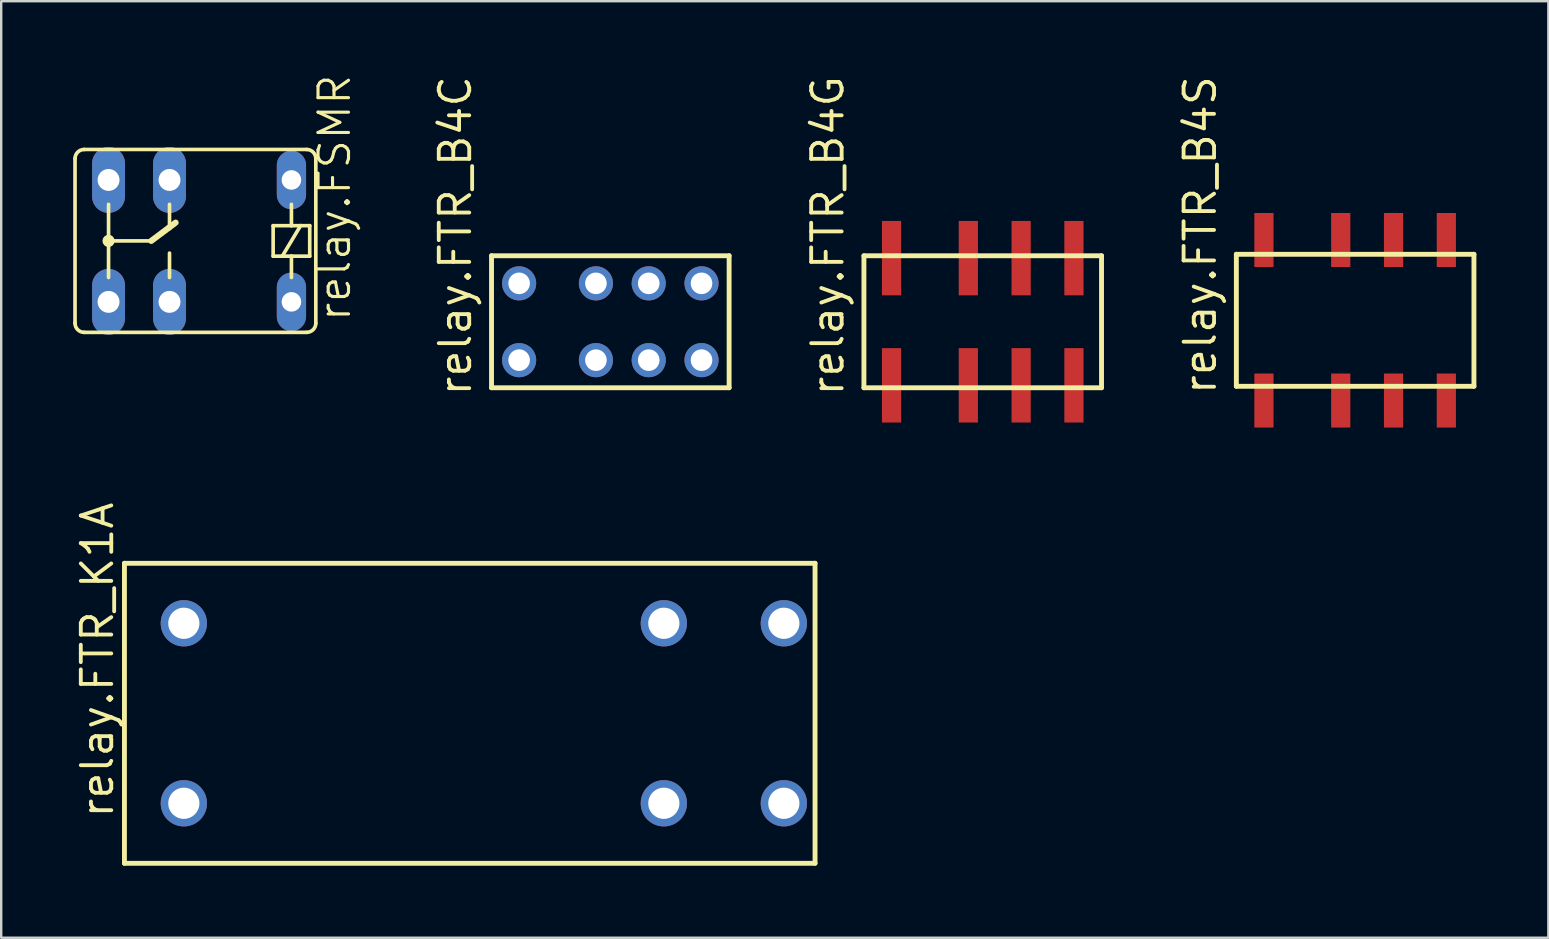
<source format=kicad_pcb>
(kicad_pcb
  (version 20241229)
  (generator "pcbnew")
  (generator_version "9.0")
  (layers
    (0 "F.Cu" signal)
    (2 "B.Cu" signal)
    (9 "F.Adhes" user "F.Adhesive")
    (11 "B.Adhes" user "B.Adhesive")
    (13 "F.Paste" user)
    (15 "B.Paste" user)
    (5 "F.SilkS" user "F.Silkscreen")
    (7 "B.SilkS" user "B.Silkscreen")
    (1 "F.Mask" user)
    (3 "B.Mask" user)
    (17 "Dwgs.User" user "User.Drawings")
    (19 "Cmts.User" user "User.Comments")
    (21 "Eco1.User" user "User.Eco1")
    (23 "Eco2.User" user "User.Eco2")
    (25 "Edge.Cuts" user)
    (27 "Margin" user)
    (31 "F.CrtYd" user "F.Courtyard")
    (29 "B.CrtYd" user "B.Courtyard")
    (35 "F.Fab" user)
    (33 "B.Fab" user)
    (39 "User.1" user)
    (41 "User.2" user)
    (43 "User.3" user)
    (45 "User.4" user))
  (footprint "relay.FTR_B4S"
    (layer "F.Cu")
    (at 53.414 10.295)
    (property "Reference" "relay.FTR_B4S" (at -5.715 3.175 90) (layer "F.SilkS") (effects (font (size 1.27 1.27) (thickness 0.16)) (justify left bottom)))
    (attr smd)
    (fp_line (start -4.95 -2.75) (end 4.95 -2.75) (stroke (width 0.203) (type default)) (layer "F.SilkS"))
    (fp_line (start -4.95 2.75) (end -4.95 -2.75) (stroke (width 0.203) (type default)) (layer "F.SilkS"))
    (fp_line (start 4.95 -2.75) (end 4.95 2.75) (stroke (width 0.203) (type default)) (layer "F.SilkS"))
    (fp_line (start 4.95 2.75) (end -4.95 2.75) (stroke (width 0.203) (type default)) (layer "F.SilkS"))
    (pad "1" smd roundrect (at -3.8 3.345) (size 0.8 2.25) (layers "F.Cu" "F.Mask" "F.Paste") (roundrect_rratio 0.01))
    (pad "2" smd roundrect (at -0.6 3.345) (size 0.8 2.25) (layers "F.Cu" "F.Mask" "F.Paste") (roundrect_rratio 0.01))
    (pad "3" smd roundrect (at 1.6 3.345) (size 0.8 2.25) (layers "F.Cu" "F.Mask" "F.Paste") (roundrect_rratio 0.01))
    (pad "4" smd roundrect (at 3.8 3.345) (size 0.8 2.25) (layers "F.Cu" "F.Mask" "F.Paste") (roundrect_rratio 0.01))
    (pad "5" smd roundrect (at 3.8 -3.345) (size 0.8 2.25) (layers "F.Cu" "F.Mask" "F.Paste") (roundrect_rratio 0.01))
    (pad "6" smd roundrect (at 1.6 -3.345) (size 0.8 2.25) (layers "F.Cu" "F.Mask" "F.Paste") (roundrect_rratio 0.01))
    (pad "7" smd roundrect (at -0.6 -3.345) (size 0.8 2.25) (layers "F.Cu" "F.Mask" "F.Paste") (roundrect_rratio 0.01))
    (pad "8" smd roundrect (at -3.8 -3.345) (size 0.8 2.25) (layers "F.Cu" "F.Mask" "F.Paste") (roundrect_rratio 0.01)))
  (footprint "relay.FTR_B4G"
    (layer "F.Cu")
    (at 37.897 10.356)
    (property "Reference" "relay.FTR_B4G" (at -5.715 3.175 90) (layer "F.SilkS") (effects (font (size 1.27 1.27) (thickness 0.16)) (justify left bottom)))
    (attr smd)
    (fp_line (start -4.95 -2.75) (end 4.95 -2.75) (stroke (width 0.203) (type default)) (layer "F.SilkS"))
    (fp_line (start -4.95 2.75) (end -4.95 -2.75) (stroke (width 0.203) (type default)) (layer "F.SilkS"))
    (fp_line (start 4.95 -2.75) (end 4.95 2.75) (stroke (width 0.203) (type default)) (layer "F.SilkS"))
    (fp_line (start 4.95 2.75) (end -4.95 2.75) (stroke (width 0.203) (type default)) (layer "F.SilkS"))
    (pad "1" smd roundrect (at -3.8 2.65) (size 0.8 3.1) (layers "F.Cu" "F.Mask" "F.Paste") (roundrect_rratio 0.01))
    (pad "2" smd roundrect (at -0.6 2.65) (size 0.8 3.1) (layers "F.Cu" "F.Mask" "F.Paste") (roundrect_rratio 0.01))
    (pad "3" smd roundrect (at 1.6 2.65) (size 0.8 3.1) (layers "F.Cu" "F.Mask" "F.Paste") (roundrect_rratio 0.01))
    (pad "4" smd roundrect (at 3.8 2.65) (size 0.8 3.1) (layers "F.Cu" "F.Mask" "F.Paste") (roundrect_rratio 0.01))
    (pad "5" smd roundrect (at 3.8 -2.65) (size 0.8 3.1) (layers "F.Cu" "F.Mask" "F.Paste") (roundrect_rratio 0.01))
    (pad "6" smd roundrect (at 1.6 -2.65) (size 0.8 3.1) (layers "F.Cu" "F.Mask" "F.Paste") (roundrect_rratio 0.01))
    (pad "7" smd roundrect (at -0.6 -2.65) (size 0.8 3.1) (layers "F.Cu" "F.Mask" "F.Paste") (roundrect_rratio 0.01))
    (pad "8" smd roundrect (at -3.8 -2.65) (size 0.8 3.1) (layers "F.Cu" "F.Mask" "F.Paste") (roundrect_rratio 0.01)))
  (footprint "relay.FSMR"
    (layer "F.Cu")
    (at 4.013 6.988)
    (property "Reference" "relay.FSMR" (at 7.62 3.429 90) (layer "F.SilkS") (effects (font (size 1.27 1.27) (thickness 0.13)) (justify left bottom)))
    (attr through_hole)
    (fp_line (start -3.937 -3.429) (end -3.937 3.429) (stroke (width 0.152) (type default)) (layer "F.SilkS"))
    (fp_line (start -3.556 3.81) (end 5.715 3.81) (stroke (width 0.152) (type default)) (layer "F.SilkS"))
    (fp_line (start -2.54 -1.524) (end -2.54 0) (stroke (width 0.152) (type default)) (layer "F.SilkS"))
    (fp_line (start -2.54 0) (end -2.54 1.524) (stroke (width 0.152) (type default)) (layer "F.SilkS"))
    (fp_line (start -0.762 0) (end -2.54 0) (stroke (width 0.152) (type default)) (layer "F.SilkS"))
    (fp_line (start 0 -1.524) (end 0 -0.508) (stroke (width 0.152) (type default)) (layer "F.SilkS"))
    (fp_line (start 0 0.508) (end 0 1.524) (stroke (width 0.152) (type default)) (layer "F.SilkS"))
    (fp_line (start 0.254 -0.762) (end -0.762 0) (stroke (width 0.254) (type default)) (layer "F.SilkS"))
    (fp_line (start 4.318 -0.635) (end 5.08 -0.635) (stroke (width 0.152) (type default)) (layer "F.SilkS"))
    (fp_line (start 4.318 0.635) (end 4.318 -0.635) (stroke (width 0.152) (type default)) (layer "F.SilkS"))
    (fp_line (start 4.699 0.635) (end 4.318 0.635) (stroke (width 0.152) (type default)) (layer "F.SilkS"))
    (fp_line (start 5.08 -0.635) (end 5.08 -1.524) (stroke (width 0.152) (type default)) (layer "F.SilkS"))
    (fp_line (start 5.08 -0.635) (end 5.461 -0.635) (stroke (width 0.152) (type default)) (layer "F.SilkS"))
    (fp_line (start 5.08 0.635) (end 4.699 0.635) (stroke (width 0.152) (type default)) (layer "F.SilkS"))
    (fp_line (start 5.08 0.635) (end 5.08 1.524) (stroke (width 0.152) (type default)) (layer "F.SilkS"))
    (fp_line (start 5.461 -0.635) (end 4.699 0.635) (stroke (width 0.152) (type default)) (layer "F.SilkS"))
    (fp_line (start 5.461 -0.635) (end 5.842 -0.635) (stroke (width 0.152) (type default)) (layer "F.SilkS"))
    (fp_line (start 5.715 -3.81) (end -3.556 -3.81) (stroke (width 0.152) (type default)) (layer "F.SilkS"))
    (fp_line (start 5.842 -0.635) (end 5.842 0.635) (stroke (width 0.152) (type default)) (layer "F.SilkS"))
    (fp_line (start 5.842 0.635) (end 5.08 0.635) (stroke (width 0.152) (type default)) (layer "F.SilkS"))
    (fp_line (start 6.096 3.429) (end 6.096 -3.429) (stroke (width 0.152) (type default)) (layer "F.SilkS"))
    (fp_arc (start -3.937 -3.429) (mid -3.825408 -3.698408) (end -3.556 -3.81) (stroke (width 0.1524) (type default)) (layer "F.SilkS"))
    (fp_arc (start -3.556 3.81) (mid -3.825408 3.698408) (end -3.937 3.429) (stroke (width 0.1524) (type default)) (layer "F.SilkS"))
    (fp_arc (start 5.715 -3.81) (mid 5.984408 -3.698408) (end 6.096 -3.429) (stroke (width 0.1524) (type default)) (layer "F.SilkS"))
    (fp_arc (start 6.096 3.429) (mid 5.984408 3.698408) (end 5.715 3.81) (stroke (width 0.1524) (type default)) (layer "F.SilkS"))
    (fp_circle (center -2.54 0) (end -2.413 0) (stroke (width 0.254) (type default)) (fill no) (layer "F.SilkS"))
    (pad "1" thru_hole oval (at 5.08 -2.54 90) (size 2.438 1.219) (drill 0.813) (layers "*.Cu" "*.Mask"))
    (pad "2" thru_hole oval (at 5.08 2.54 90) (size 2.438 1.219) (drill 0.813) (layers "*.Cu" "*.Mask"))
    (pad "O" thru_hole oval (at 0 -2.54 90) (size 2.743 1.372) (drill 0.914) (layers "*.Cu" "*.Mask"))
    (pad "P" thru_hole oval (at -2.54 -2.54 90) (size 2.743 1.372) (drill 0.914) (layers "*.Cu" "*.Mask"))
    (pad "P@" thru_hole oval (at -2.54 2.54 90) (size 2.743 1.372) (drill 0.914) (layers "*.Cu" "*.Mask"))
    (pad "S" thru_hole oval (at 0 2.54 90) (size 2.743 1.372) (drill 0.914) (layers "*.Cu" "*.Mask")))
  (footprint "relay.FTR_K1A"
    (layer "F.Cu")
    (at 17.11 26.67)
    (property "Reference" "relay.FTR_K1A" (at -15.36 4.445 90) (layer "F.SilkS") (effects (font (size 1.27 1.27) (thickness 0.16)) (justify left bottom)))
    (attr through_hole)
    (fp_line (start -14.975 -6.25) (end 13.8 -6.25) (stroke (width 0.203) (type default)) (layer "F.SilkS"))
    (fp_line (start -14.975 6.25) (end -14.975 -6.25) (stroke (width 0.203) (type default)) (layer "F.SilkS"))
    (fp_line (start 13.8 -6.25) (end 13.8 6.25) (stroke (width 0.203) (type default)) (layer "F.SilkS"))
    (fp_line (start 13.8 6.25) (end -14.975 6.25) (stroke (width 0.203) (type default)) (layer "F.SilkS"))
    (pad "1" thru_hole circle (at -12.5 3.75) (size 1.93 1.93) (drill 1.3) (layers "*.Cu" "*.Mask"))
    (pad "3" thru_hole circle (at 7.5 3.75) (size 1.93 1.93) (drill 1.3) (layers "*.Cu" "*.Mask"))
    (pad "4" thru_hole circle (at 12.5 3.75) (size 1.93 1.93) (drill 1.3) (layers "*.Cu" "*.Mask"))
    (pad "5" thru_hole circle (at 12.5 -3.75) (size 1.93 1.93) (drill 1.3) (layers "*.Cu" "*.Mask"))
    (pad "6" thru_hole circle (at 7.5 -3.75) (size 1.93 1.93) (drill 1.3) (layers "*.Cu" "*.Mask"))
    (pad "8" thru_hole circle (at -12.5 -3.75) (size 1.93 1.93) (drill 1.3) (layers "*.Cu" "*.Mask")))
  (footprint "relay.FTR_B4C"
    (layer "F.Cu")
    (at 22.38 10.356)
    (property "Reference" "relay.FTR_B4C" (at -5.715 3.175 90) (layer "F.SilkS") (effects (font (size 1.27 1.27) (thickness 0.16)) (justify left bottom)))
    (attr through_hole)
    (fp_line (start -4.95 -2.75) (end 4.95 -2.75) (stroke (width 0.203) (type default)) (layer "F.SilkS"))
    (fp_line (start -4.95 2.75) (end -4.95 -2.75) (stroke (width 0.203) (type default)) (layer "F.SilkS"))
    (fp_line (start 4.95 -2.75) (end 4.95 2.75) (stroke (width 0.203) (type default)) (layer "F.SilkS"))
    (fp_line (start 4.95 2.75) (end -4.95 2.75) (stroke (width 0.203) (type default)) (layer "F.SilkS"))
    (pad "1" thru_hole circle (at -3.8 1.6) (size 1.422 1.422) (drill 0.9) (layers "*.Cu" "*.Mask"))
    (pad "2" thru_hole circle (at -0.6 1.6) (size 1.422 1.422) (drill 0.9) (layers "*.Cu" "*.Mask"))
    (pad "3" thru_hole circle (at 1.6 1.6) (size 1.422 1.422) (drill 0.9) (layers "*.Cu" "*.Mask"))
    (pad "4" thru_hole circle (at 3.8 1.6) (size 1.422 1.422) (drill 0.9) (layers "*.Cu" "*.Mask"))
    (pad "5" thru_hole circle (at 3.8 -1.6) (size 1.422 1.422) (drill 0.9) (layers "*.Cu" "*.Mask"))
    (pad "6" thru_hole circle (at 1.6 -1.6) (size 1.422 1.422) (drill 0.9) (layers "*.Cu" "*.Mask"))
    (pad "7" thru_hole circle (at -0.6 -1.6) (size 1.422 1.422) (drill 0.9) (layers "*.Cu" "*.Mask"))
    (pad "8" thru_hole circle (at -3.8 -1.6) (size 1.422 1.422) (drill 0.9) (layers "*.Cu" "*.Mask")))
  (gr_rect
    (start -3 -3)
    (end 61.465 36.021)
    (stroke (width 0.1) (type default))
    (fill no)
    (layer "Edge.Cuts")))
</source>
